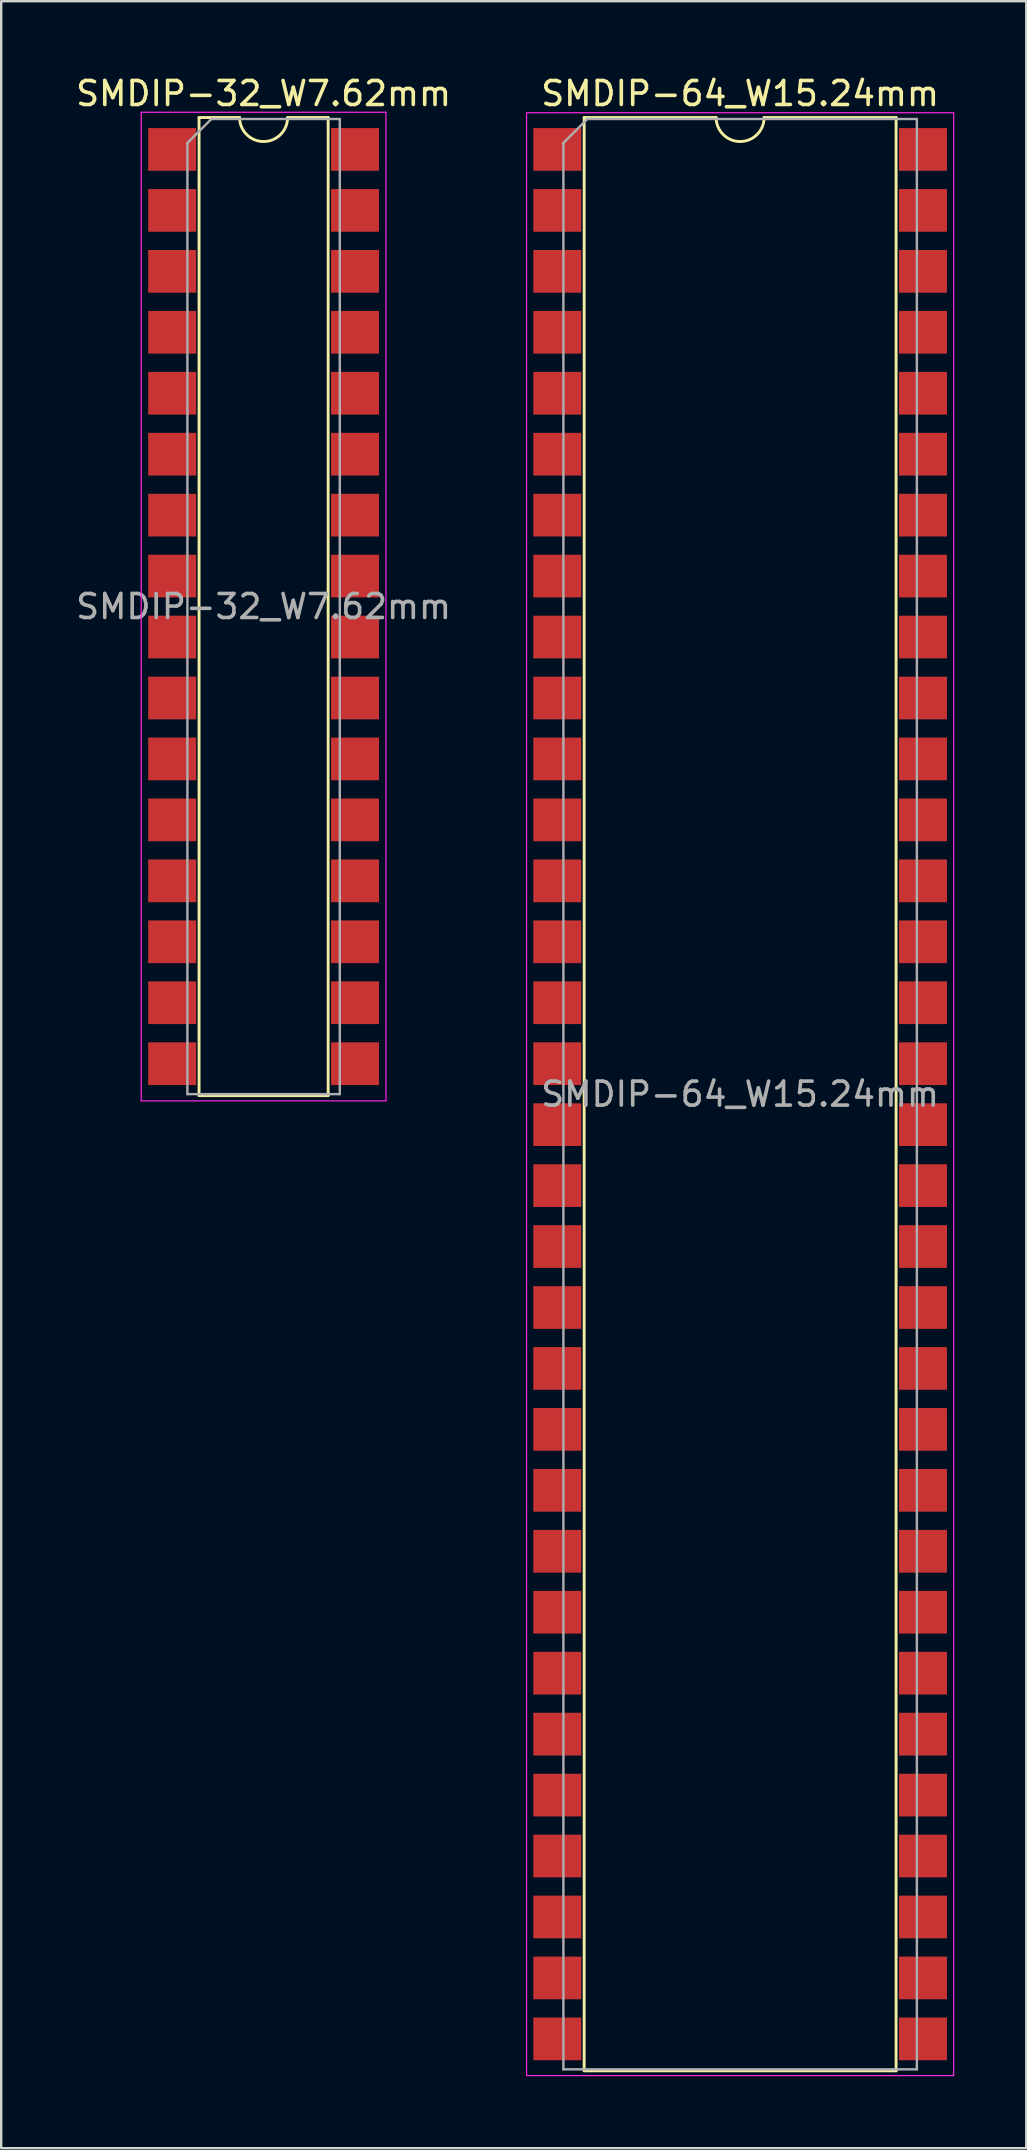
<source format=kicad_pcb>
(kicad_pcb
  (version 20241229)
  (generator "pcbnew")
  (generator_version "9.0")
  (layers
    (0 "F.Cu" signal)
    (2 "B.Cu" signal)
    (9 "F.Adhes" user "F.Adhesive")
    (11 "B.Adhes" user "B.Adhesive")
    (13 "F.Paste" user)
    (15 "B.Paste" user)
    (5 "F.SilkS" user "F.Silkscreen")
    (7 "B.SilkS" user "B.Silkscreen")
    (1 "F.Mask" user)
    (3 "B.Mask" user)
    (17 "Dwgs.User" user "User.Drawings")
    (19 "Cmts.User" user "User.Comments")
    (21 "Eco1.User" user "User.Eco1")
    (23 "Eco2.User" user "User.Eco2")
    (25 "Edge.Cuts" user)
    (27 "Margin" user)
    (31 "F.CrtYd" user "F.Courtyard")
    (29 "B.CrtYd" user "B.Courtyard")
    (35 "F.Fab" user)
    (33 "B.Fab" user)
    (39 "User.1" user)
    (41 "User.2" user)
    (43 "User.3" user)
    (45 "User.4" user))
  (footprint "SMDIP-32_W7.62mm"
    (layer "F.Cu")
    (at 7.935 22.228)
    (property "Reference" "SMDIP-32_W7.62mm" (at 0 -21.38 0) (layer "F.SilkS") (effects (font (size 1 1) (thickness 0.15))))
    (attr smd)
    (fp_line (start -2.69 -20.38) (end -2.69 20.38) (stroke (width 0.12) (type solid)) (layer "F.SilkS"))
    (fp_line (start -2.69 20.38) (end 2.69 20.38) (stroke (width 0.12) (type solid)) (layer "F.SilkS"))
    (fp_line (start -1 -20.38) (end -2.69 -20.38) (stroke (width 0.12) (type solid)) (layer "F.SilkS"))
    (fp_line (start 2.69 -20.38) (end 1 -20.38) (stroke (width 0.12) (type solid)) (layer "F.SilkS"))
    (fp_line (start 2.69 20.38) (end 2.69 -20.38) (stroke (width 0.12) (type solid)) (layer "F.SilkS"))
    (fp_arc (start 1 -20.38) (mid 0 -19.38) (end -1 -20.38) (stroke (width 0.12) (type solid)) (layer "F.SilkS"))
    (fp_line (start -5.1 -20.6) (end -5.1 20.6) (stroke (width 0.05) (type solid)) (layer "F.CrtYd"))
    (fp_line (start -5.1 20.6) (end 5.1 20.6) (stroke (width 0.05) (type solid)) (layer "F.CrtYd"))
    (fp_line (start 5.1 -20.6) (end -5.1 -20.6) (stroke (width 0.05) (type solid)) (layer "F.CrtYd"))
    (fp_line (start 5.1 20.6) (end 5.1 -20.6) (stroke (width 0.05) (type solid)) (layer "F.CrtYd"))
    (fp_line (start -3.175 -19.32) (end -2.175 -20.32) (stroke (width 0.1) (type solid)) (layer "F.Fab"))
    (fp_line (start -3.175 20.32) (end -3.175 -19.32) (stroke (width 0.1) (type solid)) (layer "F.Fab"))
    (fp_line (start -2.175 -20.32) (end 3.175 -20.32) (stroke (width 0.1) (type solid)) (layer "F.Fab"))
    (fp_line (start 3.175 -20.32) (end 3.175 20.32) (stroke (width 0.1) (type solid)) (layer "F.Fab"))
    (fp_line (start 3.175 20.32) (end -3.175 20.32) (stroke (width 0.1) (type solid)) (layer "F.Fab"))
    (fp_text user "${REFERENCE}" (at 0 0 0) (layer "F.Fab") (effects (font (size 1 1) (thickness 0.15))))
    (pad "1" smd rect (at -3.81 -19.05) (size 2 1.78) (layers "F.Cu" "F.Mask" "F.Paste"))
    (pad "2" smd rect (at -3.81 -16.51) (size 2 1.78) (layers "F.Cu" "F.Mask" "F.Paste"))
    (pad "3" smd rect (at -3.81 -13.97) (size 2 1.78) (layers "F.Cu" "F.Mask" "F.Paste"))
    (pad "4" smd rect (at -3.81 -11.43) (size 2 1.78) (layers "F.Cu" "F.Mask" "F.Paste"))
    (pad "5" smd rect (at -3.81 -8.89) (size 2 1.78) (layers "F.Cu" "F.Mask" "F.Paste"))
    (pad "6" smd rect (at -3.81 -6.35) (size 2 1.78) (layers "F.Cu" "F.Mask" "F.Paste"))
    (pad "7" smd rect (at -3.81 -3.81) (size 2 1.78) (layers "F.Cu" "F.Mask" "F.Paste"))
    (pad "8" smd rect (at -3.81 -1.27) (size 2 1.78) (layers "F.Cu" "F.Mask" "F.Paste"))
    (pad "9" smd rect (at -3.81 1.27) (size 2 1.78) (layers "F.Cu" "F.Mask" "F.Paste"))
    (pad "10" smd rect (at -3.81 3.81) (size 2 1.78) (layers "F.Cu" "F.Mask" "F.Paste"))
    (pad "11" smd rect (at -3.81 6.35) (size 2 1.78) (layers "F.Cu" "F.Mask" "F.Paste"))
    (pad "12" smd rect (at -3.81 8.89) (size 2 1.78) (layers "F.Cu" "F.Mask" "F.Paste"))
    (pad "13" smd rect (at -3.81 11.43) (size 2 1.78) (layers "F.Cu" "F.Mask" "F.Paste"))
    (pad "14" smd rect (at -3.81 13.97) (size 2 1.78) (layers "F.Cu" "F.Mask" "F.Paste"))
    (pad "15" smd rect (at -3.81 16.51) (size 2 1.78) (layers "F.Cu" "F.Mask" "F.Paste"))
    (pad "16" smd rect (at -3.81 19.05) (size 2 1.78) (layers "F.Cu" "F.Mask" "F.Paste"))
    (pad "17" smd rect (at 3.81 19.05) (size 2 1.78) (layers "F.Cu" "F.Mask" "F.Paste"))
    (pad "18" smd rect (at 3.81 16.51) (size 2 1.78) (layers "F.Cu" "F.Mask" "F.Paste"))
    (pad "19" smd rect (at 3.81 13.97) (size 2 1.78) (layers "F.Cu" "F.Mask" "F.Paste"))
    (pad "20" smd rect (at 3.81 11.43) (size 2 1.78) (layers "F.Cu" "F.Mask" "F.Paste"))
    (pad "21" smd rect (at 3.81 8.89) (size 2 1.78) (layers "F.Cu" "F.Mask" "F.Paste"))
    (pad "22" smd rect (at 3.81 6.35) (size 2 1.78) (layers "F.Cu" "F.Mask" "F.Paste"))
    (pad "23" smd rect (at 3.81 3.81) (size 2 1.78) (layers "F.Cu" "F.Mask" "F.Paste"))
    (pad "24" smd rect (at 3.81 1.27) (size 2 1.78) (layers "F.Cu" "F.Mask" "F.Paste"))
    (pad "25" smd rect (at 3.81 -1.27) (size 2 1.78) (layers "F.Cu" "F.Mask" "F.Paste"))
    (pad "26" smd rect (at 3.81 -3.81) (size 2 1.78) (layers "F.Cu" "F.Mask" "F.Paste"))
    (pad "27" smd rect (at 3.81 -6.35) (size 2 1.78) (layers "F.Cu" "F.Mask" "F.Paste"))
    (pad "28" smd rect (at 3.81 -8.89) (size 2 1.78) (layers "F.Cu" "F.Mask" "F.Paste"))
    (pad "29" smd rect (at 3.81 -11.43) (size 2 1.78) (layers "F.Cu" "F.Mask" "F.Paste"))
    (pad "30" smd rect (at 3.81 -13.97) (size 2 1.78) (layers "F.Cu" "F.Mask" "F.Paste"))
    (pad "31" smd rect (at 3.81 -16.51) (size 2 1.78) (layers "F.Cu" "F.Mask" "F.Paste"))
    (pad "32" smd rect (at 3.81 -19.05) (size 2 1.78) (layers "F.Cu" "F.Mask" "F.Paste")))
  (footprint "SMDIP-64_W15.24mm"
    (layer "F.Cu")
    (at 27.794 42.548)
    (property "Reference" "SMDIP-64_W15.24mm" (at 0 -41.7 0) (layer "F.SilkS") (effects (font (size 1 1) (thickness 0.15))))
    (attr smd)
    (fp_line (start -6.5 -40.7) (end -6.5 40.7) (stroke (width 0.12) (type solid)) (layer "F.SilkS"))
    (fp_line (start -6.5 40.7) (end 6.5 40.7) (stroke (width 0.12) (type solid)) (layer "F.SilkS"))
    (fp_line (start -1 -40.7) (end -6.5 -40.7) (stroke (width 0.12) (type solid)) (layer "F.SilkS"))
    (fp_line (start 6.5 -40.7) (end 1 -40.7) (stroke (width 0.12) (type solid)) (layer "F.SilkS"))
    (fp_line (start 6.5 40.7) (end 6.5 -40.7) (stroke (width 0.12) (type solid)) (layer "F.SilkS"))
    (fp_arc (start 1 -40.7) (mid 0 -39.7) (end -1 -40.7) (stroke (width 0.12) (type solid)) (layer "F.SilkS"))
    (fp_line (start -8.9 -40.9) (end -8.9 40.9) (stroke (width 0.05) (type solid)) (layer "F.CrtYd"))
    (fp_line (start -8.9 40.9) (end 8.9 40.9) (stroke (width 0.05) (type solid)) (layer "F.CrtYd"))
    (fp_line (start 8.9 -40.9) (end -8.9 -40.9) (stroke (width 0.05) (type solid)) (layer "F.CrtYd"))
    (fp_line (start 8.9 40.9) (end 8.9 -40.9) (stroke (width 0.05) (type solid)) (layer "F.CrtYd"))
    (fp_line (start -7.365 -39.64) (end -6.365 -40.64) (stroke (width 0.1) (type solid)) (layer "F.Fab"))
    (fp_line (start -7.365 40.64) (end -7.365 -39.64) (stroke (width 0.1) (type solid)) (layer "F.Fab"))
    (fp_line (start -6.365 -40.64) (end 7.365 -40.64) (stroke (width 0.1) (type solid)) (layer "F.Fab"))
    (fp_line (start 7.365 -40.64) (end 7.365 40.64) (stroke (width 0.1) (type solid)) (layer "F.Fab"))
    (fp_line (start 7.365 40.64) (end -7.365 40.64) (stroke (width 0.1) (type solid)) (layer "F.Fab"))
    (fp_text user "${REFERENCE}" (at 0 0 0) (layer "F.Fab") (effects (font (size 1 1) (thickness 0.15))))
    (pad "1" smd rect (at -7.62 -39.37) (size 2 1.78) (layers "F.Cu" "F.Mask" "F.Paste"))
    (pad "2" smd rect (at -7.62 -36.83) (size 2 1.78) (layers "F.Cu" "F.Mask" "F.Paste"))
    (pad "3" smd rect (at -7.62 -34.29) (size 2 1.78) (layers "F.Cu" "F.Mask" "F.Paste"))
    (pad "4" smd rect (at -7.62 -31.75) (size 2 1.78) (layers "F.Cu" "F.Mask" "F.Paste"))
    (pad "5" smd rect (at -7.62 -29.21) (size 2 1.78) (layers "F.Cu" "F.Mask" "F.Paste"))
    (pad "6" smd rect (at -7.62 -26.67) (size 2 1.78) (layers "F.Cu" "F.Mask" "F.Paste"))
    (pad "7" smd rect (at -7.62 -24.13) (size 2 1.78) (layers "F.Cu" "F.Mask" "F.Paste"))
    (pad "8" smd rect (at -7.62 -21.59) (size 2 1.78) (layers "F.Cu" "F.Mask" "F.Paste"))
    (pad "9" smd rect (at -7.62 -19.05) (size 2 1.78) (layers "F.Cu" "F.Mask" "F.Paste"))
    (pad "10" smd rect (at -7.62 -16.51) (size 2 1.78) (layers "F.Cu" "F.Mask" "F.Paste"))
    (pad "11" smd rect (at -7.62 -13.97) (size 2 1.78) (layers "F.Cu" "F.Mask" "F.Paste"))
    (pad "12" smd rect (at -7.62 -11.43) (size 2 1.78) (layers "F.Cu" "F.Mask" "F.Paste"))
    (pad "13" smd rect (at -7.62 -8.89) (size 2 1.78) (layers "F.Cu" "F.Mask" "F.Paste"))
    (pad "14" smd rect (at -7.62 -6.35) (size 2 1.78) (layers "F.Cu" "F.Mask" "F.Paste"))
    (pad "15" smd rect (at -7.62 -3.81) (size 2 1.78) (layers "F.Cu" "F.Mask" "F.Paste"))
    (pad "16" smd rect (at -7.62 -1.27) (size 2 1.78) (layers "F.Cu" "F.Mask" "F.Paste"))
    (pad "17" smd rect (at -7.62 1.27) (size 2 1.78) (layers "F.Cu" "F.Mask" "F.Paste"))
    (pad "18" smd rect (at -7.62 3.81) (size 2 1.78) (layers "F.Cu" "F.Mask" "F.Paste"))
    (pad "19" smd rect (at -7.62 6.35) (size 2 1.78) (layers "F.Cu" "F.Mask" "F.Paste"))
    (pad "20" smd rect (at -7.62 8.89) (size 2 1.78) (layers "F.Cu" "F.Mask" "F.Paste"))
    (pad "21" smd rect (at -7.62 11.43) (size 2 1.78) (layers "F.Cu" "F.Mask" "F.Paste"))
    (pad "22" smd rect (at -7.62 13.97) (size 2 1.78) (layers "F.Cu" "F.Mask" "F.Paste"))
    (pad "23" smd rect (at -7.62 16.51) (size 2 1.78) (layers "F.Cu" "F.Mask" "F.Paste"))
    (pad "24" smd rect (at -7.62 19.05) (size 2 1.78) (layers "F.Cu" "F.Mask" "F.Paste"))
    (pad "25" smd rect (at -7.62 21.59) (size 2 1.78) (layers "F.Cu" "F.Mask" "F.Paste"))
    (pad "26" smd rect (at -7.62 24.13) (size 2 1.78) (layers "F.Cu" "F.Mask" "F.Paste"))
    (pad "27" smd rect (at -7.62 26.67) (size 2 1.78) (layers "F.Cu" "F.Mask" "F.Paste"))
    (pad "28" smd rect (at -7.62 29.21) (size 2 1.78) (layers "F.Cu" "F.Mask" "F.Paste"))
    (pad "29" smd rect (at -7.62 31.75) (size 2 1.78) (layers "F.Cu" "F.Mask" "F.Paste"))
    (pad "30" smd rect (at -7.62 34.29) (size 2 1.78) (layers "F.Cu" "F.Mask" "F.Paste"))
    (pad "31" smd rect (at -7.62 36.83) (size 2 1.78) (layers "F.Cu" "F.Mask" "F.Paste"))
    (pad "32" smd rect (at -7.62 39.37) (size 2 1.78) (layers "F.Cu" "F.Mask" "F.Paste"))
    (pad "33" smd rect (at 7.62 39.37) (size 2 1.78) (layers "F.Cu" "F.Mask" "F.Paste"))
    (pad "34" smd rect (at 7.62 36.83) (size 2 1.78) (layers "F.Cu" "F.Mask" "F.Paste"))
    (pad "35" smd rect (at 7.62 34.29) (size 2 1.78) (layers "F.Cu" "F.Mask" "F.Paste"))
    (pad "36" smd rect (at 7.62 31.75) (size 2 1.78) (layers "F.Cu" "F.Mask" "F.Paste"))
    (pad "37" smd rect (at 7.62 29.21) (size 2 1.78) (layers "F.Cu" "F.Mask" "F.Paste"))
    (pad "38" smd rect (at 7.62 26.67) (size 2 1.78) (layers "F.Cu" "F.Mask" "F.Paste"))
    (pad "39" smd rect (at 7.62 24.13) (size 2 1.78) (layers "F.Cu" "F.Mask" "F.Paste"))
    (pad "40" smd rect (at 7.62 21.59) (size 2 1.78) (layers "F.Cu" "F.Mask" "F.Paste"))
    (pad "41" smd rect (at 7.62 19.05) (size 2 1.78) (layers "F.Cu" "F.Mask" "F.Paste"))
    (pad "42" smd rect (at 7.62 16.51) (size 2 1.78) (layers "F.Cu" "F.Mask" "F.Paste"))
    (pad "43" smd rect (at 7.62 13.97) (size 2 1.78) (layers "F.Cu" "F.Mask" "F.Paste"))
    (pad "44" smd rect (at 7.62 11.43) (size 2 1.78) (layers "F.Cu" "F.Mask" "F.Paste"))
    (pad "45" smd rect (at 7.62 8.89) (size 2 1.78) (layers "F.Cu" "F.Mask" "F.Paste"))
    (pad "46" smd rect (at 7.62 6.35) (size 2 1.78) (layers "F.Cu" "F.Mask" "F.Paste"))
    (pad "47" smd rect (at 7.62 3.81) (size 2 1.78) (layers "F.Cu" "F.Mask" "F.Paste"))
    (pad "48" smd rect (at 7.62 1.27) (size 2 1.78) (layers "F.Cu" "F.Mask" "F.Paste"))
    (pad "49" smd rect (at 7.62 -1.27) (size 2 1.78) (layers "F.Cu" "F.Mask" "F.Paste"))
    (pad "50" smd rect (at 7.62 -3.81) (size 2 1.78) (layers "F.Cu" "F.Mask" "F.Paste"))
    (pad "51" smd rect (at 7.62 -6.35) (size 2 1.78) (layers "F.Cu" "F.Mask" "F.Paste"))
    (pad "52" smd rect (at 7.62 -8.89) (size 2 1.78) (layers "F.Cu" "F.Mask" "F.Paste"))
    (pad "53" smd rect (at 7.62 -11.43) (size 2 1.78) (layers "F.Cu" "F.Mask" "F.Paste"))
    (pad "54" smd rect (at 7.62 -13.97) (size 2 1.78) (layers "F.Cu" "F.Mask" "F.Paste"))
    (pad "55" smd rect (at 7.62 -16.51) (size 2 1.78) (layers "F.Cu" "F.Mask" "F.Paste"))
    (pad "56" smd rect (at 7.62 -19.05) (size 2 1.78) (layers "F.Cu" "F.Mask" "F.Paste"))
    (pad "57" smd rect (at 7.62 -21.59) (size 2 1.78) (layers "F.Cu" "F.Mask" "F.Paste"))
    (pad "58" smd rect (at 7.62 -24.13) (size 2 1.78) (layers "F.Cu" "F.Mask" "F.Paste"))
    (pad "59" smd rect (at 7.62 -26.67) (size 2 1.78) (layers "F.Cu" "F.Mask" "F.Paste"))
    (pad "60" smd rect (at 7.62 -29.21) (size 2 1.78) (layers "F.Cu" "F.Mask" "F.Paste"))
    (pad "61" smd rect (at 7.62 -31.75) (size 2 1.78) (layers "F.Cu" "F.Mask" "F.Paste"))
    (pad "62" smd rect (at 7.62 -34.29) (size 2 1.78) (layers "F.Cu" "F.Mask" "F.Paste"))
    (pad "63" smd rect (at 7.62 -36.83) (size 2 1.78) (layers "F.Cu" "F.Mask" "F.Paste"))
    (pad "64" smd rect (at 7.62 -39.37) (size 2 1.78) (layers "F.Cu" "F.Mask" "F.Paste")))
  (gr_rect
    (start -3 -3)
    (end 39.719 86.473)
    (stroke (width 0.1) (type default))
    (fill no)
    (layer "Edge.Cuts")))
</source>
